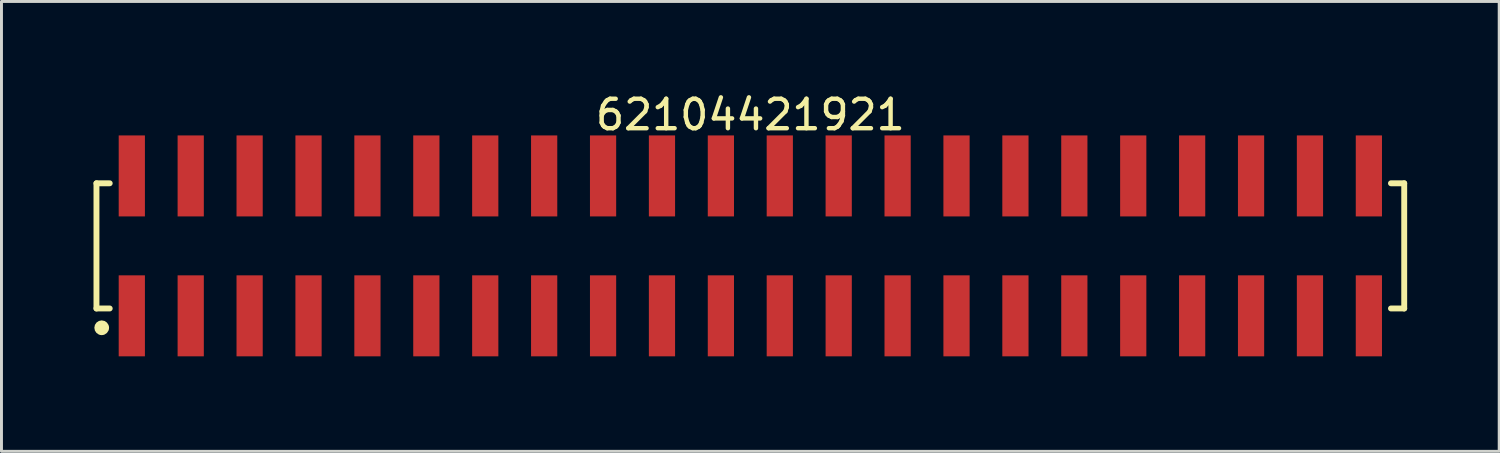
<source format=kicad_pcb>
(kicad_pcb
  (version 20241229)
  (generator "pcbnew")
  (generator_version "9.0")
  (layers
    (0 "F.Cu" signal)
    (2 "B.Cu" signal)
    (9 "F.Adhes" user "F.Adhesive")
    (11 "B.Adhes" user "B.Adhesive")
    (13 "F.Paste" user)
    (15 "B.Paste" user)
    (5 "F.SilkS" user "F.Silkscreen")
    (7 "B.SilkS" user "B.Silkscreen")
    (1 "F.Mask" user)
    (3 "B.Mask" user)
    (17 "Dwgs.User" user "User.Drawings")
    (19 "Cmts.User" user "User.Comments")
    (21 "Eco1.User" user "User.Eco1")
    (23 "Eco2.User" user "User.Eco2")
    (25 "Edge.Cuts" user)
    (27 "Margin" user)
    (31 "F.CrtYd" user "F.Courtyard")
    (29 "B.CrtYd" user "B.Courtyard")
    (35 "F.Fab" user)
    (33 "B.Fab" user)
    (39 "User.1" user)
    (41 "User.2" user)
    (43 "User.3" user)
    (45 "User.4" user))
  (footprint "62104421921"
    (layer "F.Cu")
    (at 22.425 5.298)
    (property "Reference" "62104421921" (at 0 -4.45 0) (layer "F.SilkS") (effects (font (size 1 1) (thickness 0.15))))
    (fp_line (start -22.2 -2.125) (end -21.75 -2.125) (stroke (width 0.2) (type solid)) (layer "F.SilkS"))
    (fp_line (start -22.2 2.125) (end -22.2 -2.125) (stroke (width 0.2) (type solid)) (layer "F.SilkS"))
    (fp_line (start -22.2 2.125) (end -21.75 2.125) (stroke (width 0.2) (type solid)) (layer "F.SilkS"))
    (fp_line (start 21.75 -2.125) (end 22.2 -2.125) (stroke (width 0.2) (type solid)) (layer "F.SilkS"))
    (fp_line (start 21.75 2.125) (end 22.2 2.125) (stroke (width 0.2) (type solid)) (layer "F.SilkS"))
    (fp_line (start 22.2 2.125) (end 22.2 -2.125) (stroke (width 0.2) (type solid)) (layer "F.SilkS"))
    (fp_circle (center -22.022 2.78) (end -22.022 2.655) (stroke (width 0.25) (type solid)) (fill no) (layer "F.SilkS"))
    (fp_line (start -22.4 -3.95) (end 22.4 -3.95) (stroke (width 0.05) (type solid)) (layer "Eco2.User"))
    (fp_line (start -22.4 3.95) (end -22.4 -3.95) (stroke (width 0.05) (type solid)) (layer "Eco2.User"))
    (fp_line (start -22.4 3.95) (end 22.4 3.95) (stroke (width 0.05) (type solid)) (layer "Eco2.User"))
    (fp_line (start -22 -2) (end 22 -2) (stroke (width 0.1) (type solid)) (layer "Eco2.User"))
    (fp_line (start -22 2) (end -22 -2) (stroke (width 0.1) (type solid)) (layer "Eco2.User"))
    (fp_line (start -22 2) (end 22 2) (stroke (width 0.1) (type solid)) (layer "Eco2.User"))
    (fp_line (start -21.25 -3.1) (end -20.75 -3.1) (stroke (width 0.1) (type solid)) (layer "Eco2.User"))
    (fp_line (start -21.25 -2) (end -21.25 -3.1) (stroke (width 0.1) (type solid)) (layer "Eco2.User"))
    (fp_line (start -21.25 3.1) (end -21.25 2) (stroke (width 0.1) (type solid)) (layer "Eco2.User"))
    (fp_line (start -21.25 3.1) (end -20.75 3.1) (stroke (width 0.1) (type solid)) (layer "Eco2.User"))
    (fp_line (start -20.75 -2) (end -20.75 -3.1) (stroke (width 0.1) (type solid)) (layer "Eco2.User"))
    (fp_line (start -20.75 3.1) (end -20.75 2) (stroke (width 0.1) (type solid)) (layer "Eco2.User"))
    (fp_line (start -19.25 -3.1) (end -18.75 -3.1) (stroke (width 0.1) (type solid)) (layer "Eco2.User"))
    (fp_line (start -19.25 -2) (end -19.25 -3.1) (stroke (width 0.1) (type solid)) (layer "Eco2.User"))
    (fp_line (start -19.25 3.1) (end -19.25 2) (stroke (width 0.1) (type solid)) (layer "Eco2.User"))
    (fp_line (start -19.25 3.1) (end -18.75 3.1) (stroke (width 0.1) (type solid)) (layer "Eco2.User"))
    (fp_line (start -18.75 -2) (end -18.75 -3.1) (stroke (width 0.1) (type solid)) (layer "Eco2.User"))
    (fp_line (start -18.75 3.1) (end -18.75 2) (stroke (width 0.1) (type solid)) (layer "Eco2.User"))
    (fp_line (start -17.25 -3.1) (end -16.75 -3.1) (stroke (width 0.1) (type solid)) (layer "Eco2.User"))
    (fp_line (start -17.25 -2) (end -17.25 -3.1) (stroke (width 0.1) (type solid)) (layer "Eco2.User"))
    (fp_line (start -17.25 3.1) (end -17.25 2) (stroke (width 0.1) (type solid)) (layer "Eco2.User"))
    (fp_line (start -17.25 3.1) (end -16.75 3.1) (stroke (width 0.1) (type solid)) (layer "Eco2.User"))
    (fp_line (start -16.75 -2) (end -16.75 -3.1) (stroke (width 0.1) (type solid)) (layer "Eco2.User"))
    (fp_line (start -16.75 3.1) (end -16.75 2) (stroke (width 0.1) (type solid)) (layer "Eco2.User"))
    (fp_line (start -15.25 -3.1) (end -14.75 -3.1) (stroke (width 0.1) (type solid)) (layer "Eco2.User"))
    (fp_line (start -15.25 -2) (end -15.25 -3.1) (stroke (width 0.1) (type solid)) (layer "Eco2.User"))
    (fp_line (start -15.25 3.1) (end -15.25 2) (stroke (width 0.1) (type solid)) (layer "Eco2.User"))
    (fp_line (start -15.25 3.1) (end -14.75 3.1) (stroke (width 0.1) (type solid)) (layer "Eco2.User"))
    (fp_line (start -14.75 -2) (end -14.75 -3.1) (stroke (width 0.1) (type solid)) (layer "Eco2.User"))
    (fp_line (start -14.75 3.1) (end -14.75 2) (stroke (width 0.1) (type solid)) (layer "Eco2.User"))
    (fp_line (start -13.25 -3.1) (end -12.75 -3.1) (stroke (width 0.1) (type solid)) (layer "Eco2.User"))
    (fp_line (start -13.25 -2) (end -13.25 -3.1) (stroke (width 0.1) (type solid)) (layer "Eco2.User"))
    (fp_line (start -13.25 3.1) (end -13.25 2) (stroke (width 0.1) (type solid)) (layer "Eco2.User"))
    (fp_line (start -13.25 3.1) (end -12.75 3.1) (stroke (width 0.1) (type solid)) (layer "Eco2.User"))
    (fp_line (start -12.75 -2) (end -12.75 -3.1) (stroke (width 0.1) (type solid)) (layer "Eco2.User"))
    (fp_line (start -12.75 3.1) (end -12.75 2) (stroke (width 0.1) (type solid)) (layer "Eco2.User"))
    (fp_line (start -11.25 -3.1) (end -10.75 -3.1) (stroke (width 0.1) (type solid)) (layer "Eco2.User"))
    (fp_line (start -11.25 -2) (end -11.25 -3.1) (stroke (width 0.1) (type solid)) (layer "Eco2.User"))
    (fp_line (start -11.25 3.1) (end -11.25 2) (stroke (width 0.1) (type solid)) (layer "Eco2.User"))
    (fp_line (start -11.25 3.1) (end -10.75 3.1) (stroke (width 0.1) (type solid)) (layer "Eco2.User"))
    (fp_line (start -10.75 -2) (end -10.75 -3.1) (stroke (width 0.1) (type solid)) (layer "Eco2.User"))
    (fp_line (start -10.75 3.1) (end -10.75 2) (stroke (width 0.1) (type solid)) (layer "Eco2.User"))
    (fp_line (start -9.25 -3.1) (end -8.75 -3.1) (stroke (width 0.1) (type solid)) (layer "Eco2.User"))
    (fp_line (start -9.25 -2) (end -9.25 -3.1) (stroke (width 0.1) (type solid)) (layer "Eco2.User"))
    (fp_line (start -9.25 3.1) (end -9.25 2) (stroke (width 0.1) (type solid)) (layer "Eco2.User"))
    (fp_line (start -9.25 3.1) (end -8.75 3.1) (stroke (width 0.1) (type solid)) (layer "Eco2.User"))
    (fp_line (start -8.75 -2) (end -8.75 -3.1) (stroke (width 0.1) (type solid)) (layer "Eco2.User"))
    (fp_line (start -8.75 3.1) (end -8.75 2) (stroke (width 0.1) (type solid)) (layer "Eco2.User"))
    (fp_line (start -7.25 -3.1) (end -6.75 -3.1) (stroke (width 0.1) (type solid)) (layer "Eco2.User"))
    (fp_line (start -7.25 -2) (end -7.25 -3.1) (stroke (width 0.1) (type solid)) (layer "Eco2.User"))
    (fp_line (start -7.25 3.1) (end -7.25 2) (stroke (width 0.1) (type solid)) (layer "Eco2.User"))
    (fp_line (start -7.25 3.1) (end -6.75 3.1) (stroke (width 0.1) (type solid)) (layer "Eco2.User"))
    (fp_line (start -6.75 -2) (end -6.75 -3.1) (stroke (width 0.1) (type solid)) (layer "Eco2.User"))
    (fp_line (start -6.75 3.1) (end -6.75 2) (stroke (width 0.1) (type solid)) (layer "Eco2.User"))
    (fp_line (start -5.25 -3.1) (end -4.75 -3.1) (stroke (width 0.1) (type solid)) (layer "Eco2.User"))
    (fp_line (start -5.25 -2) (end -5.25 -3.1) (stroke (width 0.1) (type solid)) (layer "Eco2.User"))
    (fp_line (start -5.25 3.1) (end -5.25 2) (stroke (width 0.1) (type solid)) (layer "Eco2.User"))
    (fp_line (start -5.25 3.1) (end -4.75 3.1) (stroke (width 0.1) (type solid)) (layer "Eco2.User"))
    (fp_line (start -4.75 -2) (end -4.75 -3.1) (stroke (width 0.1) (type solid)) (layer "Eco2.User"))
    (fp_line (start -4.75 3.1) (end -4.75 2) (stroke (width 0.1) (type solid)) (layer "Eco2.User"))
    (fp_line (start -3.25 -3.1) (end -2.75 -3.1) (stroke (width 0.1) (type solid)) (layer "Eco2.User"))
    (fp_line (start -3.25 -2) (end -3.25 -3.1) (stroke (width 0.1) (type solid)) (layer "Eco2.User"))
    (fp_line (start -3.25 3.1) (end -3.25 2) (stroke (width 0.1) (type solid)) (layer "Eco2.User"))
    (fp_line (start -3.25 3.1) (end -2.75 3.1) (stroke (width 0.1) (type solid)) (layer "Eco2.User"))
    (fp_line (start -2.75 -2) (end -2.75 -3.1) (stroke (width 0.1) (type solid)) (layer "Eco2.User"))
    (fp_line (start -2.75 3.1) (end -2.75 2) (stroke (width 0.1) (type solid)) (layer "Eco2.User"))
    (fp_line (start -1.25 -3.1) (end -0.75 -3.1) (stroke (width 0.1) (type solid)) (layer "Eco2.User"))
    (fp_line (start -1.25 -2) (end -1.25 -3.1) (stroke (width 0.1) (type solid)) (layer "Eco2.User"))
    (fp_line (start -1.25 3.1) (end -1.25 2) (stroke (width 0.1) (type solid)) (layer "Eco2.User"))
    (fp_line (start -1.25 3.1) (end -0.75 3.1) (stroke (width 0.1) (type solid)) (layer "Eco2.User"))
    (fp_line (start -0.75 -2) (end -0.75 -3.1) (stroke (width 0.1) (type solid)) (layer "Eco2.User"))
    (fp_line (start -0.75 3.1) (end -0.75 2) (stroke (width 0.1) (type solid)) (layer "Eco2.User"))
    (fp_line (start -0.5 0) (end 0.5 0) (stroke (width 0.05) (type solid)) (layer "Eco2.User"))
    (fp_line (start 0 0.5) (end 0 -0.5) (stroke (width 0.05) (type solid)) (layer "Eco2.User"))
    (fp_line (start 0.75 -3.1) (end 1.25 -3.1) (stroke (width 0.1) (type solid)) (layer "Eco2.User"))
    (fp_line (start 0.75 -2) (end 0.75 -3.1) (stroke (width 0.1) (type solid)) (layer "Eco2.User"))
    (fp_line (start 0.75 3.1) (end 0.75 2) (stroke (width 0.1) (type solid)) (layer "Eco2.User"))
    (fp_line (start 0.75 3.1) (end 1.25 3.1) (stroke (width 0.1) (type solid)) (layer "Eco2.User"))
    (fp_line (start 1.25 -2) (end 1.25 -3.1) (stroke (width 0.1) (type solid)) (layer "Eco2.User"))
    (fp_line (start 1.25 3.1) (end 1.25 2) (stroke (width 0.1) (type solid)) (layer "Eco2.User"))
    (fp_line (start 2.75 -3.1) (end 3.25 -3.1) (stroke (width 0.1) (type solid)) (layer "Eco2.User"))
    (fp_line (start 2.75 -2) (end 2.75 -3.1) (stroke (width 0.1) (type solid)) (layer "Eco2.User"))
    (fp_line (start 2.75 3.1) (end 2.75 2) (stroke (width 0.1) (type solid)) (layer "Eco2.User"))
    (fp_line (start 2.75 3.1) (end 3.25 3.1) (stroke (width 0.1) (type solid)) (layer "Eco2.User"))
    (fp_line (start 3.25 -2) (end 3.25 -3.1) (stroke (width 0.1) (type solid)) (layer "Eco2.User"))
    (fp_line (start 3.25 3.1) (end 3.25 2) (stroke (width 0.1) (type solid)) (layer "Eco2.User"))
    (fp_line (start 4.75 -3.1) (end 5.25 -3.1) (stroke (width 0.1) (type solid)) (layer "Eco2.User"))
    (fp_line (start 4.75 -2) (end 4.75 -3.1) (stroke (width 0.1) (type solid)) (layer "Eco2.User"))
    (fp_line (start 4.75 3.1) (end 4.75 2) (stroke (width 0.1) (type solid)) (layer "Eco2.User"))
    (fp_line (start 4.75 3.1) (end 5.25 3.1) (stroke (width 0.1) (type solid)) (layer "Eco2.User"))
    (fp_line (start 5.25 -2) (end 5.25 -3.1) (stroke (width 0.1) (type solid)) (layer "Eco2.User"))
    (fp_line (start 5.25 3.1) (end 5.25 2) (stroke (width 0.1) (type solid)) (layer "Eco2.User"))
    (fp_line (start 6.75 -3.1) (end 7.25 -3.1) (stroke (width 0.1) (type solid)) (layer "Eco2.User"))
    (fp_line (start 6.75 -2) (end 6.75 -3.1) (stroke (width 0.1) (type solid)) (layer "Eco2.User"))
    (fp_line (start 6.75 3.1) (end 6.75 2) (stroke (width 0.1) (type solid)) (layer "Eco2.User"))
    (fp_line (start 6.75 3.1) (end 7.25 3.1) (stroke (width 0.1) (type solid)) (layer "Eco2.User"))
    (fp_line (start 7.25 -2) (end 7.25 -3.1) (stroke (width 0.1) (type solid)) (layer "Eco2.User"))
    (fp_line (start 7.25 3.1) (end 7.25 2) (stroke (width 0.1) (type solid)) (layer "Eco2.User"))
    (fp_line (start 8.75 -3.1) (end 9.25 -3.1) (stroke (width 0.1) (type solid)) (layer "Eco2.User"))
    (fp_line (start 8.75 -2) (end 8.75 -3.1) (stroke (width 0.1) (type solid)) (layer "Eco2.User"))
    (fp_line (start 8.75 3.1) (end 8.75 2) (stroke (width 0.1) (type solid)) (layer "Eco2.User"))
    (fp_line (start 8.75 3.1) (end 9.25 3.1) (stroke (width 0.1) (type solid)) (layer "Eco2.User"))
    (fp_line (start 9.25 -2) (end 9.25 -3.1) (stroke (width 0.1) (type solid)) (layer "Eco2.User"))
    (fp_line (start 9.25 3.1) (end 9.25 2) (stroke (width 0.1) (type solid)) (layer "Eco2.User"))
    (fp_line (start 10.75 -3.1) (end 11.25 -3.1) (stroke (width 0.1) (type solid)) (layer "Eco2.User"))
    (fp_line (start 10.75 -2) (end 10.75 -3.1) (stroke (width 0.1) (type solid)) (layer "Eco2.User"))
    (fp_line (start 10.75 3.1) (end 10.75 2) (stroke (width 0.1) (type solid)) (layer "Eco2.User"))
    (fp_line (start 10.75 3.1) (end 11.25 3.1) (stroke (width 0.1) (type solid)) (layer "Eco2.User"))
    (fp_line (start 11.25 -2) (end 11.25 -3.1) (stroke (width 0.1) (type solid)) (layer "Eco2.User"))
    (fp_line (start 11.25 3.1) (end 11.25 2) (stroke (width 0.1) (type solid)) (layer "Eco2.User"))
    (fp_line (start 12.75 -3.1) (end 13.25 -3.1) (stroke (width 0.1) (type solid)) (layer "Eco2.User"))
    (fp_line (start 12.75 -2) (end 12.75 -3.1) (stroke (width 0.1) (type solid)) (layer "Eco2.User"))
    (fp_line (start 12.75 3.1) (end 12.75 2) (stroke (width 0.1) (type solid)) (layer "Eco2.User"))
    (fp_line (start 12.75 3.1) (end 13.25 3.1) (stroke (width 0.1) (type solid)) (layer "Eco2.User"))
    (fp_line (start 13.25 -2) (end 13.25 -3.1) (stroke (width 0.1) (type solid)) (layer "Eco2.User"))
    (fp_line (start 13.25 3.1) (end 13.25 2) (stroke (width 0.1) (type solid)) (layer "Eco2.User"))
    (fp_line (start 14.75 -3.1) (end 15.25 -3.1) (stroke (width 0.1) (type solid)) (layer "Eco2.User"))
    (fp_line (start 14.75 -2) (end 14.75 -3.1) (stroke (width 0.1) (type solid)) (layer "Eco2.User"))
    (fp_line (start 14.75 3.1) (end 14.75 2) (stroke (width 0.1) (type solid)) (layer "Eco2.User"))
    (fp_line (start 14.75 3.1) (end 15.25 3.1) (stroke (width 0.1) (type solid)) (layer "Eco2.User"))
    (fp_line (start 15.25 -2) (end 15.25 -3.1) (stroke (width 0.1) (type solid)) (layer "Eco2.User"))
    (fp_line (start 15.25 3.1) (end 15.25 2) (stroke (width 0.1) (type solid)) (layer "Eco2.User"))
    (fp_line (start 16.75 -3.1) (end 17.25 -3.1) (stroke (width 0.1) (type solid)) (layer "Eco2.User"))
    (fp_line (start 16.75 -2) (end 16.75 -3.1) (stroke (width 0.1) (type solid)) (layer "Eco2.User"))
    (fp_line (start 16.75 3.1) (end 16.75 2) (stroke (width 0.1) (type solid)) (layer "Eco2.User"))
    (fp_line (start 16.75 3.1) (end 17.25 3.1) (stroke (width 0.1) (type solid)) (layer "Eco2.User"))
    (fp_line (start 17.25 -2) (end 17.25 -3.1) (stroke (width 0.1) (type solid)) (layer "Eco2.User"))
    (fp_line (start 17.25 3.1) (end 17.25 2) (stroke (width 0.1) (type solid)) (layer "Eco2.User"))
    (fp_line (start 18.75 -3.1) (end 19.25 -3.1) (stroke (width 0.1) (type solid)) (layer "Eco2.User"))
    (fp_line (start 18.75 -2) (end 18.75 -3.1) (stroke (width 0.1) (type solid)) (layer "Eco2.User"))
    (fp_line (start 18.75 3.1) (end 18.75 2) (stroke (width 0.1) (type solid)) (layer "Eco2.User"))
    (fp_line (start 18.75 3.1) (end 19.25 3.1) (stroke (width 0.1) (type solid)) (layer "Eco2.User"))
    (fp_line (start 19.25 -2) (end 19.25 -3.1) (stroke (width 0.1) (type solid)) (layer "Eco2.User"))
    (fp_line (start 19.25 3.1) (end 19.25 2) (stroke (width 0.1) (type solid)) (layer "Eco2.User"))
    (fp_line (start 20.75 -3.1) (end 21.25 -3.1) (stroke (width 0.1) (type solid)) (layer "Eco2.User"))
    (fp_line (start 20.75 -2) (end 20.75 -3.1) (stroke (width 0.1) (type solid)) (layer "Eco2.User"))
    (fp_line (start 20.75 3.1) (end 20.75 2) (stroke (width 0.1) (type solid)) (layer "Eco2.User"))
    (fp_line (start 20.75 3.1) (end 21.25 3.1) (stroke (width 0.1) (type solid)) (layer "Eco2.User"))
    (fp_line (start 21.25 -2) (end 21.25 -3.1) (stroke (width 0.1) (type solid)) (layer "Eco2.User"))
    (fp_line (start 21.25 3.1) (end 21.25 2) (stroke (width 0.1) (type solid)) (layer "Eco2.User"))
    (fp_line (start 22 2) (end 22 -2) (stroke (width 0.1) (type solid)) (layer "Eco2.User"))
    (fp_line (start 22.4 3.95) (end 22.4 -3.95) (stroke (width 0.05) (type solid)) (layer "Eco2.User"))
    (fp_text user "${REFERENCE}" (at 0.15 -0.197 0) (unlocked yes) (layer "User.3") (effects (font (size 1.5 1.5) (thickness 0.15))))
    (pad "1" smd rect (at -21 2.375) (size 0.89 2.75) (layers "F.Cu" "F.Mask" "F.Paste"))
    (pad "2" smd rect (at -21 -2.375) (size 0.89 2.75) (layers "F.Cu" "F.Mask" "F.Paste"))
    (pad "3" smd rect (at -19 2.375) (size 0.89 2.75) (layers "F.Cu" "F.Mask" "F.Paste"))
    (pad "4" smd rect (at -19 -2.375) (size 0.89 2.75) (layers "F.Cu" "F.Mask" "F.Paste"))
    (pad "5" smd rect (at -17 2.375) (size 0.89 2.75) (layers "F.Cu" "F.Mask" "F.Paste"))
    (pad "6" smd rect (at -17 -2.375) (size 0.89 2.75) (layers "F.Cu" "F.Mask" "F.Paste"))
    (pad "7" smd rect (at -15 2.375) (size 0.89 2.75) (layers "F.Cu" "F.Mask" "F.Paste"))
    (pad "8" smd rect (at -15 -2.375) (size 0.89 2.75) (layers "F.Cu" "F.Mask" "F.Paste"))
    (pad "9" smd rect (at -13 2.375) (size 0.89 2.75) (layers "F.Cu" "F.Mask" "F.Paste"))
    (pad "10" smd rect (at -13 -2.375) (size 0.89 2.75) (layers "F.Cu" "F.Mask" "F.Paste"))
    (pad "11" smd rect (at -11 2.375) (size 0.89 2.75) (layers "F.Cu" "F.Mask" "F.Paste"))
    (pad "12" smd rect (at -11 -2.375) (size 0.89 2.75) (layers "F.Cu" "F.Mask" "F.Paste"))
    (pad "13" smd rect (at -9 2.375) (size 0.89 2.75) (layers "F.Cu" "F.Mask" "F.Paste"))
    (pad "14" smd rect (at -9 -2.375) (size 0.89 2.75) (layers "F.Cu" "F.Mask" "F.Paste"))
    (pad "15" smd rect (at -7 2.375) (size 0.89 2.75) (layers "F.Cu" "F.Mask" "F.Paste"))
    (pad "16" smd rect (at -7 -2.375) (size 0.89 2.75) (layers "F.Cu" "F.Mask" "F.Paste"))
    (pad "17" smd rect (at -5 2.375) (size 0.89 2.75) (layers "F.Cu" "F.Mask" "F.Paste"))
    (pad "18" smd rect (at -5 -2.375) (size 0.89 2.75) (layers "F.Cu" "F.Mask" "F.Paste"))
    (pad "19" smd rect (at -3 2.375) (size 0.89 2.75) (layers "F.Cu" "F.Mask" "F.Paste"))
    (pad "20" smd rect (at -3 -2.375) (size 0.89 2.75) (layers "F.Cu" "F.Mask" "F.Paste"))
    (pad "21" smd rect (at -1 2.375) (size 0.89 2.75) (layers "F.Cu" "F.Mask" "F.Paste"))
    (pad "22" smd rect (at -1 -2.375) (size 0.89 2.75) (layers "F.Cu" "F.Mask" "F.Paste"))
    (pad "23" smd rect (at 1 2.375) (size 0.89 2.75) (layers "F.Cu" "F.Mask" "F.Paste"))
    (pad "24" smd rect (at 1 -2.375) (size 0.89 2.75) (layers "F.Cu" "F.Mask" "F.Paste"))
    (pad "25" smd rect (at 3 2.375) (size 0.89 2.75) (layers "F.Cu" "F.Mask" "F.Paste"))
    (pad "26" smd rect (at 3 -2.375) (size 0.89 2.75) (layers "F.Cu" "F.Mask" "F.Paste"))
    (pad "27" smd rect (at 5 2.375) (size 0.89 2.75) (layers "F.Cu" "F.Mask" "F.Paste"))
    (pad "28" smd rect (at 5 -2.375) (size 0.89 2.75) (layers "F.Cu" "F.Mask" "F.Paste"))
    (pad "29" smd rect (at 7 2.375) (size 0.89 2.75) (layers "F.Cu" "F.Mask" "F.Paste"))
    (pad "30" smd rect (at 7 -2.375) (size 0.89 2.75) (layers "F.Cu" "F.Mask" "F.Paste"))
    (pad "31" smd rect (at 9 2.375) (size 0.89 2.75) (layers "F.Cu" "F.Mask" "F.Paste"))
    (pad "32" smd rect (at 9 -2.375) (size 0.89 2.75) (layers "F.Cu" "F.Mask" "F.Paste"))
    (pad "33" smd rect (at 11 2.375) (size 0.89 2.75) (layers "F.Cu" "F.Mask" "F.Paste"))
    (pad "34" smd rect (at 11 -2.375) (size 0.89 2.75) (layers "F.Cu" "F.Mask" "F.Paste"))
    (pad "35" smd rect (at 13 2.375) (size 0.89 2.75) (layers "F.Cu" "F.Mask" "F.Paste"))
    (pad "36" smd rect (at 13 -2.375) (size 0.89 2.75) (layers "F.Cu" "F.Mask" "F.Paste"))
    (pad "37" smd rect (at 15 2.375) (size 0.89 2.75) (layers "F.Cu" "F.Mask" "F.Paste"))
    (pad "38" smd rect (at 15 -2.375) (size 0.89 2.75) (layers "F.Cu" "F.Mask" "F.Paste"))
    (pad "39" smd rect (at 17 2.375) (size 0.89 2.75) (layers "F.Cu" "F.Mask" "F.Paste"))
    (pad "40" smd rect (at 17 -2.375) (size 0.89 2.75) (layers "F.Cu" "F.Mask" "F.Paste"))
    (pad "41" smd rect (at 19 2.375) (size 0.89 2.75) (layers "F.Cu" "F.Mask" "F.Paste"))
    (pad "42" smd rect (at 19 -2.375) (size 0.89 2.75) (layers "F.Cu" "F.Mask" "F.Paste"))
    (pad "43" smd rect (at 21 2.375) (size 0.89 2.75) (layers "F.Cu" "F.Mask" "F.Paste"))
    (pad "44" smd rect (at 21 -2.375) (size 0.89 2.75) (layers "F.Cu" "F.Mask" "F.Paste")))
  (gr_rect
    (start -3 -3)
    (end 47.85 12.273)
    (stroke (width 0.1) (type default))
    (fill no)
    (layer "Edge.Cuts")))
</source>
